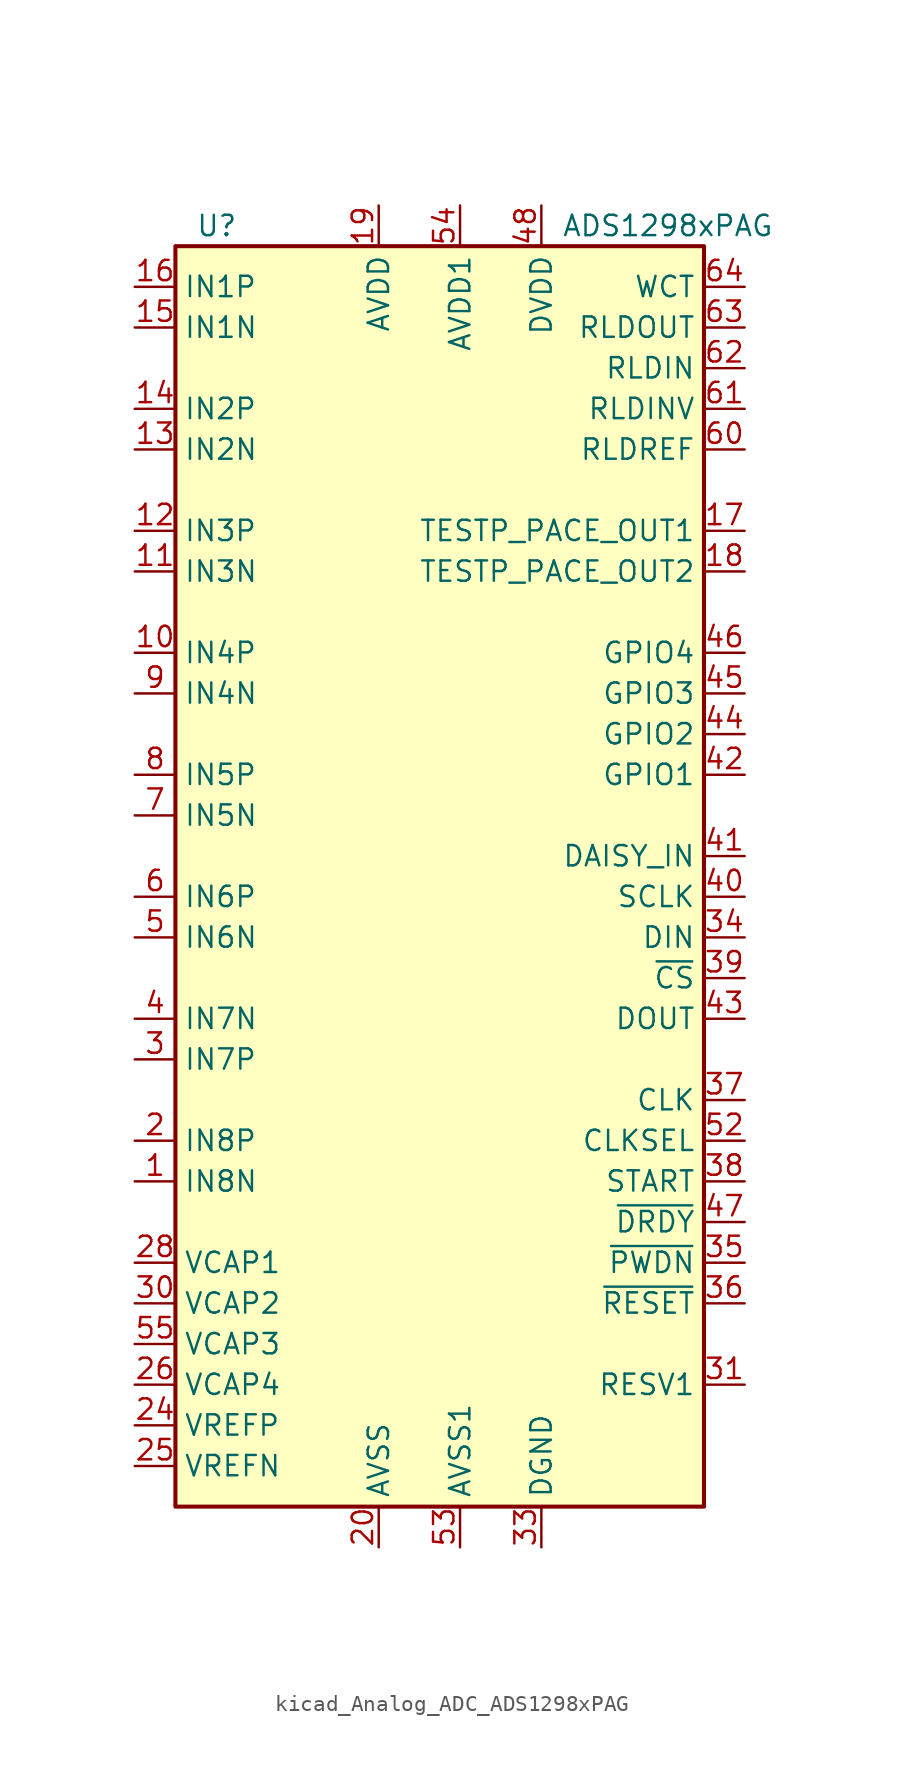
<source format=kicad_sym>
(kicad_symbol_lib
  (version 20220914)
  (generator kicad_symbol_editor)
  (symbol "kicad_Analog_ADC_ADS1298xPAG"
    (property "Reference" "U"
      (at -16.51 44.45 0)
      (effects (font (size 1.27 1.27)) (justify left)))
    (property "Value" "ADS1298xPAG"
      (at 6.35 44.45 0)
      (effects (font (size 1.27 1.27)) (justify left)))
    (symbol "kicad_Analog_ADC_ADS1298xPAG_0_1"
      (rectangle (start -17.78 43.18) (end 15.24 -35.56) (stroke (width 0.254) (type default)) (fill (type background))))
    (symbol "kicad_Analog_ADC_ADS1298xPAG_1_1"
      (pin input line (at -20.32 -15.24 0) (length 2.54) (name "IN8N" (effects (font (size 1.27 1.27)))) (number "1" (effects (font (size 1.27 1.27)))))
      (pin input line (at -20.32 17.78 0) (length 2.54) (name "IN4P" (effects (font (size 1.27 1.27)))) (number "10" (effects (font (size 1.27 1.27)))))
      (pin input line (at -20.32 22.86 0) (length 2.54) (name "IN3N" (effects (font (size 1.27 1.27)))) (number "11" (effects (font (size 1.27 1.27)))))
      (pin input line (at -20.32 25.4 0) (length 2.54) (name "IN3P" (effects (font (size 1.27 1.27)))) (number "12" (effects (font (size 1.27 1.27)))))
      (pin input line (at -20.32 30.48 0) (length 2.54) (name "IN2N" (effects (font (size 1.27 1.27)))) (number "13" (effects (font (size 1.27 1.27)))))
      (pin input line (at -20.32 33.02 0) (length 2.54) (name "IN2P" (effects (font (size 1.27 1.27)))) (number "14" (effects (font (size 1.27 1.27)))))
      (pin input line (at -20.32 38.1 0) (length 2.54) (name "IN1N" (effects (font (size 1.27 1.27)))) (number "15" (effects (font (size 1.27 1.27)))))
      (pin input line (at -20.32 40.64 0) (length 2.54) (name "IN1P" (effects (font (size 1.27 1.27)))) (number "16" (effects (font (size 1.27 1.27)))))
      (pin bidirectional line (at 17.78 25.4 180) (length 2.54) (name "TESTP_PACE_OUT1" (effects (font (size 1.27 1.27)))) (number "17" (effects (font (size 1.27 1.27)))))
      (pin bidirectional line (at 17.78 22.86 180) (length 2.54) (name "TESTP_PACE_OUT2" (effects (font (size 1.27 1.27)))) (number "18" (effects (font (size 1.27 1.27)))))
      (pin power_in line (at -5.08 45.72 270) (length 2.54) (name "AVDD" (effects (font (size 1.27 1.27)))) (number "19" (effects (font (size 1.27 1.27)))))
      (pin input line (at -20.32 -12.7 0) (length 2.54) (name "IN8P" (effects (font (size 1.27 1.27)))) (number "2" (effects (font (size 1.27 1.27)))))
      (pin power_in line (at -5.08 -38.1 90) (length 2.54) (name "AVSS" (effects (font (size 1.27 1.27)))) (number "20" (effects (font (size 1.27 1.27)))))
      (pin passive line (at -5.08 45.72 270) (length 2.54) hide (name "AVDD" (effects (font (size 1.27 1.27)))) (number "21" (effects (font (size 1.27 1.27)))))
      (pin passive line (at -5.08 45.72 270) (length 2.54) hide (name "AVDD" (effects (font (size 1.27 1.27)))) (number "22" (effects (font (size 1.27 1.27)))))
      (pin passive line (at -5.08 -38.1 90) (length 2.54) hide (name "AVSS" (effects (font (size 1.27 1.27)))) (number "23" (effects (font (size 1.27 1.27)))))
      (pin passive line (at -20.32 -30.48 0) (length 2.54) (name "VREFP" (effects (font (size 1.27 1.27)))) (number "24" (effects (font (size 1.27 1.27)))))
      (pin passive line (at -20.32 -33.02 0) (length 2.54) (name "VREFN" (effects (font (size 1.27 1.27)))) (number "25" (effects (font (size 1.27 1.27)))))
      (pin passive line (at -20.32 -27.94 0) (length 2.54) (name "VCAP4" (effects (font (size 1.27 1.27)))) (number "26" (effects (font (size 1.27 1.27)))))
      (pin no_connect line (at 15.24 -30.48 180) (length 2.54) hide (name "NC" (effects (font (size 1.27 1.27)))) (number "27" (effects (font (size 1.27 1.27)))))
      (pin passive line (at -20.32 -20.32 0) (length 2.54) (name "VCAP1" (effects (font (size 1.27 1.27)))) (number "28" (effects (font (size 1.27 1.27)))))
      (pin no_connect line (at 15.24 -33.02 180) (length 2.54) hide (name "NC" (effects (font (size 1.27 1.27)))) (number "29" (effects (font (size 1.27 1.27)))))
      (pin input line (at -20.32 -7.62 0) (length 2.54) (name "IN7P" (effects (font (size 1.27 1.27)))) (number "3" (effects (font (size 1.27 1.27)))))
      (pin passive line (at -20.32 -22.86 0) (length 2.54) (name "VCAP2" (effects (font (size 1.27 1.27)))) (number "30" (effects (font (size 1.27 1.27)))))
      (pin input line (at 17.78 -27.94 180) (length 2.54) (name "RESV1" (effects (font (size 1.27 1.27)))) (number "31" (effects (font (size 1.27 1.27)))))
      (pin passive line (at -5.08 -38.1 90) (length 2.54) hide (name "AVSS" (effects (font (size 1.27 1.27)))) (number "32" (effects (font (size 1.27 1.27)))))
      (pin power_in line (at 5.08 -38.1 90) (length 2.54) (name "DGND" (effects (font (size 1.27 1.27)))) (number "33" (effects (font (size 1.27 1.27)))))
      (pin input line (at 17.78 0 180) (length 2.54) (name "DIN" (effects (font (size 1.27 1.27)))) (number "34" (effects (font (size 1.27 1.27)))))
      (pin input line (at 17.78 -20.32 180) (length 2.54) (name "~{PWDN}" (effects (font (size 1.27 1.27)))) (number "35" (effects (font (size 1.27 1.27)))))
      (pin input line (at 17.78 -22.86 180) (length 2.54) (name "~{RESET}" (effects (font (size 1.27 1.27)))) (number "36" (effects (font (size 1.27 1.27)))))
      (pin bidirectional line (at 17.78 -10.16 180) (length 2.54) (name "CLK" (effects (font (size 1.27 1.27)))) (number "37" (effects (font (size 1.27 1.27)))))
      (pin input line (at 17.78 -15.24 180) (length 2.54) (name "START" (effects (font (size 1.27 1.27)))) (number "38" (effects (font (size 1.27 1.27)))))
      (pin input line (at 17.78 -2.54 180) (length 2.54) (name "~{CS}" (effects (font (size 1.27 1.27)))) (number "39" (effects (font (size 1.27 1.27)))))
      (pin input line (at -20.32 -5.08 0) (length 2.54) (name "IN7N" (effects (font (size 1.27 1.27)))) (number "4" (effects (font (size 1.27 1.27)))))
      (pin input line (at 17.78 2.54 180) (length 2.54) (name "SCLK" (effects (font (size 1.27 1.27)))) (number "40" (effects (font (size 1.27 1.27)))))
      (pin input line (at 17.78 5.08 180) (length 2.54) (name "DAISY_IN" (effects (font (size 1.27 1.27)))) (number "41" (effects (font (size 1.27 1.27)))))
      (pin bidirectional line (at 17.78 10.16 180) (length 2.54) (name "GPIO1" (effects (font (size 1.27 1.27)))) (number "42" (effects (font (size 1.27 1.27)))))
      (pin output line (at 17.78 -5.08 180) (length 2.54) (name "DOUT" (effects (font (size 1.27 1.27)))) (number "43" (effects (font (size 1.27 1.27)))))
      (pin bidirectional line (at 17.78 12.7 180) (length 2.54) (name "GPIO2" (effects (font (size 1.27 1.27)))) (number "44" (effects (font (size 1.27 1.27)))))
      (pin bidirectional line (at 17.78 15.24 180) (length 2.54) (name "GPIO3" (effects (font (size 1.27 1.27)))) (number "45" (effects (font (size 1.27 1.27)))))
      (pin bidirectional line (at 17.78 17.78 180) (length 2.54) (name "GPIO4" (effects (font (size 1.27 1.27)))) (number "46" (effects (font (size 1.27 1.27)))))
      (pin output line (at 17.78 -17.78 180) (length 2.54) (name "~{DRDY}" (effects (font (size 1.27 1.27)))) (number "47" (effects (font (size 1.27 1.27)))))
      (pin power_in line (at 5.08 45.72 270) (length 2.54) (name "DVDD" (effects (font (size 1.27 1.27)))) (number "48" (effects (font (size 1.27 1.27)))))
      (pin passive line (at 5.08 -38.1 90) (length 2.54) hide (name "DGND" (effects (font (size 1.27 1.27)))) (number "49" (effects (font (size 1.27 1.27)))))
      (pin input line (at -20.32 0 0) (length 2.54) (name "IN6N" (effects (font (size 1.27 1.27)))) (number "5" (effects (font (size 1.27 1.27)))))
      (pin passive line (at 5.08 45.72 270) (length 2.54) hide (name "DVDD" (effects (font (size 1.27 1.27)))) (number "50" (effects (font (size 1.27 1.27)))))
      (pin passive line (at 5.08 -38.1 90) (length 2.54) hide (name "DGND" (effects (font (size 1.27 1.27)))) (number "51" (effects (font (size 1.27 1.27)))))
      (pin input line (at 17.78 -12.7 180) (length 2.54) (name "CLKSEL" (effects (font (size 1.27 1.27)))) (number "52" (effects (font (size 1.27 1.27)))))
      (pin power_in line (at 0 -38.1 90) (length 2.54) (name "AVSS1" (effects (font (size 1.27 1.27)))) (number "53" (effects (font (size 1.27 1.27)))))
      (pin power_in line (at 0 45.72 270) (length 2.54) (name "AVDD1" (effects (font (size 1.27 1.27)))) (number "54" (effects (font (size 1.27 1.27)))))
      (pin passive line (at -20.32 -25.4 0) (length 2.54) (name "VCAP3" (effects (font (size 1.27 1.27)))) (number "55" (effects (font (size 1.27 1.27)))))
      (pin passive line (at -5.08 45.72 270) (length 2.54) hide (name "AVDD" (effects (font (size 1.27 1.27)))) (number "56" (effects (font (size 1.27 1.27)))))
      (pin passive line (at -5.08 -38.1 90) (length 2.54) hide (name "AVSS" (effects (font (size 1.27 1.27)))) (number "57" (effects (font (size 1.27 1.27)))))
      (pin passive line (at -5.08 -38.1 90) (length 2.54) hide (name "AVSS" (effects (font (size 1.27 1.27)))) (number "58" (effects (font (size 1.27 1.27)))))
      (pin passive line (at -5.08 45.72 270) (length 2.54) hide (name "AVDD" (effects (font (size 1.27 1.27)))) (number "59" (effects (font (size 1.27 1.27)))))
      (pin input line (at -20.32 2.54 0) (length 2.54) (name "IN6P" (effects (font (size 1.27 1.27)))) (number "6" (effects (font (size 1.27 1.27)))))
      (pin input line (at 17.78 30.48 180) (length 2.54) (name "RLDREF" (effects (font (size 1.27 1.27)))) (number "60" (effects (font (size 1.27 1.27)))))
      (pin input line (at 17.78 33.02 180) (length 2.54) (name "RLDINV" (effects (font (size 1.27 1.27)))) (number "61" (effects (font (size 1.27 1.27)))))
      (pin input line (at 17.78 35.56 180) (length 2.54) (name "RLDIN" (effects (font (size 1.27 1.27)))) (number "62" (effects (font (size 1.27 1.27)))))
      (pin output line (at 17.78 38.1 180) (length 2.54) (name "RLDOUT" (effects (font (size 1.27 1.27)))) (number "63" (effects (font (size 1.27 1.27)))))
      (pin output line (at 17.78 40.64 180) (length 2.54) (name "WCT" (effects (font (size 1.27 1.27)))) (number "64" (effects (font (size 1.27 1.27)))))
      (pin input line (at -20.32 7.62 0) (length 2.54) (name "IN5N" (effects (font (size 1.27 1.27)))) (number "7" (effects (font (size 1.27 1.27)))))
      (pin input line (at -20.32 10.16 0) (length 2.54) (name "IN5P" (effects (font (size 1.27 1.27)))) (number "8" (effects (font (size 1.27 1.27)))))
      (pin input line (at -20.32 15.24 0) (length 2.54) (name "IN4N" (effects (font (size 1.27 1.27)))) (number "9" (effects (font (size 1.27 1.27))))))))
</source>
